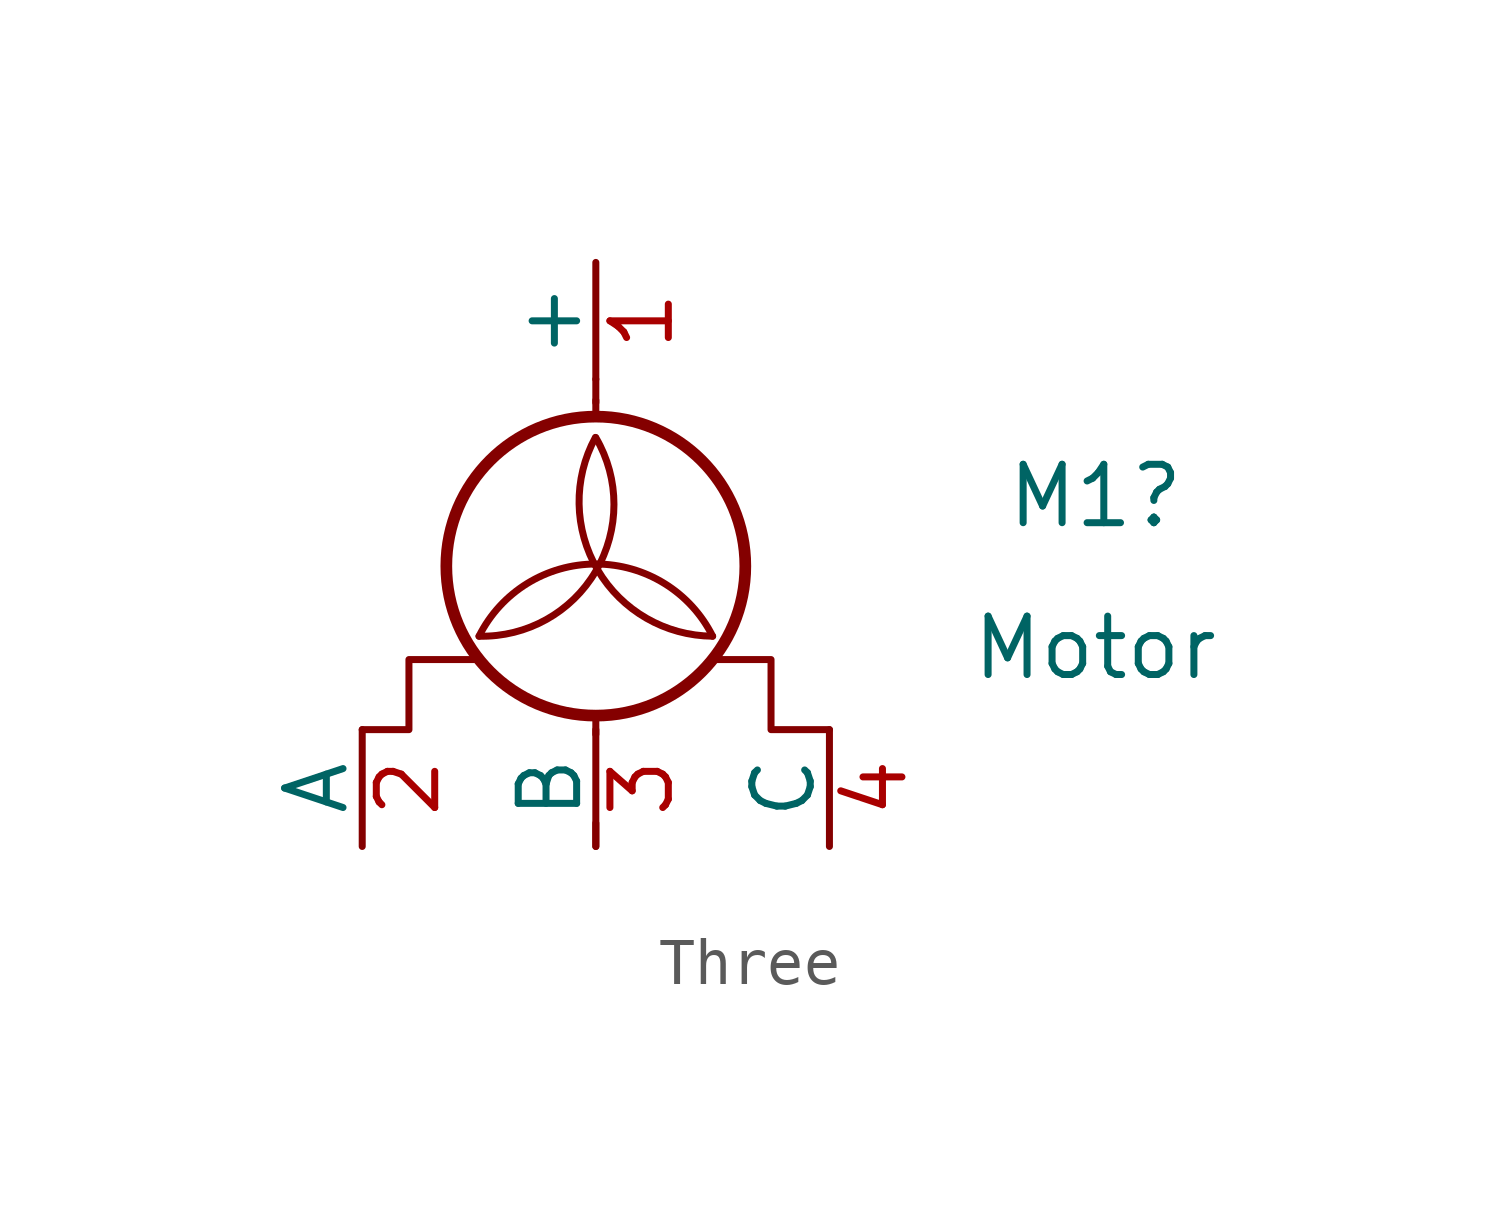
<source format=kicad_sym>
(kicad_symbol_lib
  (version 20241209)
  (generator "kicad_symbol_editor")
  (generator_version "9.0")
  (symbol "Three"
    (pin_names
      (offset 0))
    (property "Reference" "M1"
      (at 8.89 2.54 0)
      (effects (font (size 1.27 1.27)) (justify left)))
    (property "Value" "Motor"
      (at 8.128 -0.762 0)
      (effects (font (size 1.27 1.27)) (justify left)))
    (symbol "Three_0_1"
      (polyline (pts (xy -2.54 -1.016) (xy -4.064 -1.016) (xy -4.064 -2.54) (xy -5.08 -2.54)) (stroke (width 0) (type default)) (fill (type none)))
      (arc (start 0 3.81) (mid -0.0015 0.9048) (end -2.54 -0.508) (stroke (width 0) (type default)) (fill (type none)))
      (polyline (pts (xy 0 4.572) (xy 0 5.08)) (stroke (width 0) (type default)) (fill (type none)))
      (polyline (pts (xy 0 4.267) (xy 0 4.623)) (stroke (width 0) (type default)) (fill (type none)))
      (circle (center 0 1.016) (radius 3.251) (stroke (width 0.254) (type default)) (fill (type none)))
      (arc (start -2.54 -0.508) (mid 0 1.0618) (end 2.54 -0.508) (stroke (width 0) (type default)) (fill (type none)))
      (polyline (pts (xy 0 -2.235) (xy 0 -2.642)) (stroke (width 0) (type default)) (fill (type none)))
      (polyline (pts (xy 0 -5.08) (xy 0 -4.572)) (stroke (width 0) (type default)) (fill (type none)))
      (polyline (pts (xy 2.54 -1.016) (xy 3.81 -1.016) (xy 3.81 -2.54) (xy 5.08 -2.54)) (stroke (width 0) (type default)) (fill (type none)))
      (arc (start 2.54 -0.508) (mid 0.047 0.9315) (end 0 3.81) (stroke (width 0) (type default)) (fill (type none))))
    (symbol "Three_1_1"
      (pin passive line (at -5.08 -5.08 90) (length 2.54) (name "A" (effects (font (size 1.27 1.27)))) (number "2" (effects (font (size 1.27 1.27)))))
      (pin passive line (at 0 7.62 270) (length 2.54) (name "+" (effects (font (size 1.27 1.27)))) (number "1" (effects (font (size 1.27 1.27)))))
      (pin passive line (at 0 -5.08 90) (length 2.54) (name "B" (effects (font (size 1.27 1.27)))) (number "3" (effects (font (size 1.27 1.27)))))
      (pin passive line (at 5.08 -5.08 90) (length 2.54) (name "C" (effects (font (size 1.27 1.27)))) (number "4" (effects (font (size 1.27 1.27))))))))
</source>
